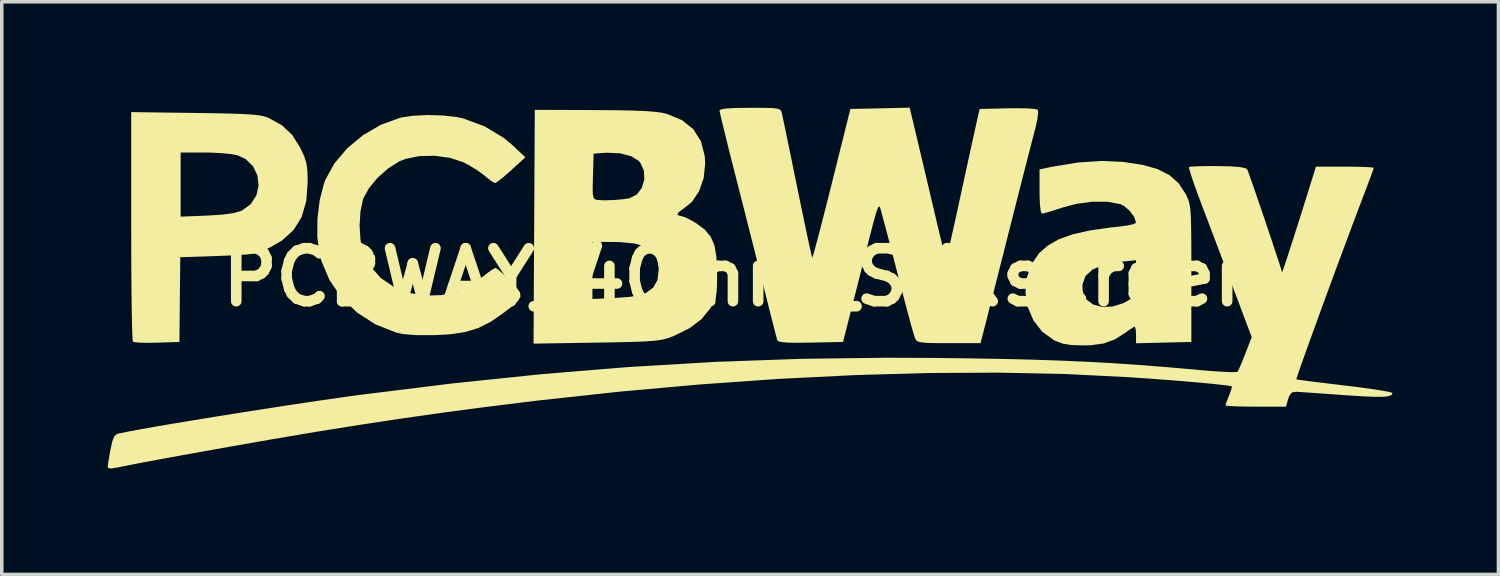
<source format=kicad_pcb>
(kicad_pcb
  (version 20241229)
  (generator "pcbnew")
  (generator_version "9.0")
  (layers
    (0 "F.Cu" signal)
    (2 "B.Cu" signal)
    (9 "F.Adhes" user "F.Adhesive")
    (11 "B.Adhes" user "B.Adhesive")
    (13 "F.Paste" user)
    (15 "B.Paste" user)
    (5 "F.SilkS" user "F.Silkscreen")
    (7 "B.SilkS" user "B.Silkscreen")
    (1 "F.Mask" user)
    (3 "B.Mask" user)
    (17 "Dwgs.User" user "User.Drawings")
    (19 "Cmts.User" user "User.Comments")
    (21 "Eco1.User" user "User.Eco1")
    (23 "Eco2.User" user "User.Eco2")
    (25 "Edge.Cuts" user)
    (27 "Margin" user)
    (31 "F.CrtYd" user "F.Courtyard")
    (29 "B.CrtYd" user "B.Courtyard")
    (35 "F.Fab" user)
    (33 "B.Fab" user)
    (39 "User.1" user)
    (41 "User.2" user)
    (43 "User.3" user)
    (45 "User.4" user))
  (footprint "PCBWAY_40mm_Slikscreen"
    (layer "F.Cu")
    (at 18 4.804)
    (property "Reference" "PCBWAY_40mm_Slikscreen" (at 0 0 0) (layer "F.SilkS") (effects (font (size 1.5 1.5) (thickness 0.3))))
    (attr board_only exclude_from_pos_files exclude_from_bom)
    (fp_poly (pts (xy -15.517 -4.654) (xy -14.96 -4.646) (xy -14.519 -4.636) (xy -14.179 -4.624) (xy -13.922 -4.609) (xy -13.732 -4.59) (xy -13.591 -4.564) (xy -13.484 -4.532) (xy -13.437 -4.513) (xy -13.059 -4.302) (xy -12.775 -4.034) (xy -12.547 -3.673) (xy -12.539 -3.657) (xy -12.432 -3.426) (xy -12.37 -3.228) (xy -12.341 -3.009) (xy -12.333 -2.715) (xy -12.333 -2.691) (xy -12.375 -2.152) (xy -12.505 -1.706) (xy -12.73 -1.341) (xy -13.058 -1.043) (xy -13.379 -0.856) (xy -13.549 -0.774) (xy -13.696 -0.716) (xy -13.848 -0.675) (xy -14.032 -0.647) (xy -14.276 -0.628) (xy -14.608 -0.613) (xy -14.879 -0.603) (xy -15.943 -0.567) (xy -15.955 0.633) (xy -15.967 1.833) (xy -16.602 1.854) (xy -16.881 1.858) (xy -17.109 1.852) (xy -17.253 1.838) (xy -17.285 1.826) (xy -17.295 1.752) (xy -17.304 1.557) (xy -17.312 1.255) (xy -17.319 0.86) (xy -17.325 0.383) (xy -17.329 -0.162) (xy -17.332 -0.762) (xy -17.333 -1.403) (xy -17.333 -1.45) (xy -17.333 -3.533) (xy -15.933 -3.533) (xy -15.933 -2.625) (xy -15.933 -1.717) (xy -15.183 -1.746) (xy -14.745 -1.774) (xy -14.425 -1.819) (xy -14.211 -1.882) (xy -14.197 -1.889) (xy -13.943 -2.074) (xy -13.787 -2.32) (xy -13.725 -2.598) (xy -13.756 -2.88) (xy -13.878 -3.139) (xy -14.087 -3.345) (xy -14.32 -3.455) (xy -14.502 -3.489) (xy -14.772 -3.516) (xy -15.086 -3.531) (xy -15.258 -3.533) (xy -15.933 -3.533) (xy -17.333 -3.533) (xy -17.333 -4.678)) (stroke (width 0) (type solid)) (fill yes) (layer "F.SilkS"))
    (fp_poly (pts (xy -8.506 -4.583) (xy -8.126 -4.541) (xy -7.942 -4.503) (xy -7.324 -4.276) (xy -6.777 -3.947) (xy -6.515 -3.727) (xy -6.167 -3.398) (xy -6.567 -3.033) (xy -6.759 -2.863) (xy -6.917 -2.735) (xy -7.012 -2.67) (xy -7.025 -2.667) (xy -7.105 -2.707) (xy -7.243 -2.81) (xy -7.321 -2.877) (xy -7.522 -3.026) (xy -7.775 -3.18) (xy -7.93 -3.26) (xy -8.309 -3.384) (xy -8.739 -3.441) (xy -9.174 -3.431) (xy -9.567 -3.351) (xy -9.738 -3.283) (xy -10.053 -3.084) (xy -10.351 -2.82) (xy -10.596 -2.526) (xy -10.754 -2.239) (xy -10.764 -2.212) (xy -10.838 -1.868) (xy -10.863 -1.462) (xy -10.837 -1.057) (xy -10.763 -0.72) (xy -10.558 -0.311) (xy -10.261 0.023) (xy -9.89 0.275) (xy -9.466 0.443) (xy -9.009 0.521) (xy -8.538 0.506) (xy -8.073 0.392) (xy -7.633 0.176) (xy -7.435 0.032) (xy -7.247 -0.116) (xy -7.097 -0.223) (xy -7.017 -0.266) (xy -7.015 -0.267) (xy -6.946 -0.222) (xy -6.812 -0.105) (xy -6.638 0.062) (xy -6.599 0.101) (xy -6.418 0.291) (xy -6.318 0.433) (xy -6.305 0.553) (xy -6.383 0.679) (xy -6.559 0.836) (xy -6.784 1.01) (xy -7.15 1.263) (xy -7.502 1.44) (xy -7.878 1.554) (xy -8.316 1.618) (xy -8.733 1.641) (xy -9.246 1.641) (xy -9.631 1.61) (xy -9.821 1.57) (xy -10.411 1.337) (xy -10.932 1.003) (xy -11.371 0.581) (xy -11.714 0.085) (xy -11.948 -0.472) (xy -12 -0.673) (xy -12.061 -1.142) (xy -12.057 -1.665) (xy -11.992 -2.188) (xy -11.872 -2.655) (xy -11.831 -2.764) (xy -11.575 -3.227) (xy -11.211 -3.655) (xy -10.766 -4.025) (xy -10.264 -4.318) (xy -9.73 -4.512) (xy -9.667 -4.528) (xy -9.332 -4.577) (xy -8.926 -4.595)) (stroke (width 0) (type solid)) (fill yes) (layer "F.SilkS"))
    (fp_poly (pts (xy 10.758 -3.268) (xy 11.307 -3.186) (xy 11.744 -3.063) (xy 12.084 -2.89) (xy 12.344 -2.658) (xy 12.539 -2.36) (xy 12.547 -2.345) (xy 12.591 -2.25) (xy 12.626 -2.157) (xy 12.652 -2.049) (xy 12.672 -1.908) (xy 12.685 -1.718) (xy 12.693 -1.463) (xy 12.698 -1.126) (xy 12.7 -0.689) (xy 12.7 -0.137) (xy 12.7 -0.1) (xy 12.7 1.833) (xy 11.917 1.852) (xy 11.133 1.871) (xy 11.133 1.635) (xy 11.124 1.48) (xy 11.101 1.402) (xy 11.096 1.4) (xy 11.024 1.437) (xy 10.89 1.529) (xy 10.842 1.565) (xy 10.535 1.76) (xy 10.214 1.877) (xy 9.833 1.927) (xy 9.619 1.932) (xy 9.297 1.921) (xy 9.058 1.881) (xy 8.85 1.803) (xy 8.808 1.782) (xy 8.474 1.543) (xy 8.226 1.222) (xy 8.067 0.846) (xy 8.001 0.44) (xy 8.019 0.211) (xy 9.614 0.211) (xy 9.625 0.413) (xy 9.725 0.628) (xy 9.916 0.772) (xy 10.171 0.842) (xy 10.465 0.831) (xy 10.771 0.735) (xy 10.909 0.661) (xy 11.023 0.586) (xy 11.09 0.51) (xy 11.122 0.398) (xy 11.132 0.215) (xy 11.133 0.02) (xy 11.133 -0.482) (xy 10.683 -0.436) (xy 10.234 -0.357) (xy 9.906 -0.222) (xy 9.7 -0.033) (xy 9.614 0.211) (xy 8.019 0.211) (xy 8.034 0.029) (xy 8.169 -0.362) (xy 8.387 -0.681) (xy 8.631 -0.897) (xy 8.941 -1.073) (xy 9.332 -1.214) (xy 9.82 -1.325) (xy 10.42 -1.41) (xy 10.65 -1.434) (xy 10.884 -1.465) (xy 11.056 -1.503) (xy 11.132 -1.542) (xy 11.133 -1.546) (xy 11.081 -1.709) (xy 10.95 -1.885) (xy 10.783 -2.025) (xy 10.691 -2.07) (xy 10.33 -2.138) (xy 9.898 -2.14) (xy 9.437 -2.078) (xy 9.049 -1.974) (xy 8.8 -1.893) (xy 8.599 -1.832) (xy 8.48 -1.802) (xy 8.465 -1.8) (xy 8.435 -1.863) (xy 8.413 -2.035) (xy 8.401 -2.293) (xy 8.4 -2.429) (xy 8.4 -3.057) (xy 8.75 -3.129) (xy 9.494 -3.251) (xy 10.164 -3.295)) (stroke (width 0) (type solid)) (fill yes) (layer "F.SilkS"))
    (fp_poly (pts (xy -4.203 -4.736) (xy -3.627 -4.731) (xy -3.168 -4.723) (xy -2.81 -4.71) (xy -2.536 -4.691) (xy -2.329 -4.665) (xy -2.173 -4.632) (xy -2.158 -4.628) (xy -1.728 -4.449) (xy -1.407 -4.191) (xy -1.193 -3.855) (xy -1.086 -3.438) (xy -1.072 -3.227) (xy -1.114 -2.814) (xy -1.243 -2.44) (xy -1.446 -2.136) (xy -1.699 -1.934) (xy -1.832 -1.839) (xy -1.858 -1.766) (xy -1.772 -1.734) (xy -1.756 -1.733) (xy -1.642 -1.699) (xy -1.463 -1.61) (xy -1.314 -1.521) (xy -1.081 -1.346) (xy -0.917 -1.151) (xy -0.813 -0.909) (xy -0.756 -0.594) (xy -0.735 -0.179) (xy -0.735 -0.096) (xy -0.737 0.216) (xy -0.749 0.432) (xy -0.78 0.589) (xy -0.835 0.724) (xy -0.924 0.874) (xy -0.93 0.884) (xy -1.18 1.19) (xy -1.518 1.445) (xy -1.965 1.665) (xy -2.008 1.682) (xy -2.127 1.725) (xy -2.251 1.759) (xy -2.399 1.786) (xy -2.588 1.806) (xy -2.838 1.821) (xy -3.165 1.833) (xy -3.589 1.843) (xy -4.128 1.852) (xy -4.151 1.852) (xy -5.935 1.881) (xy -5.92 -1) (xy -4.267 -1) (xy -4.267 -0.192) (xy -4.267 0.616) (xy -3.617 0.587) (xy -3.189 0.554) (xy -2.887 0.497) (xy -2.752 0.446) (xy -2.54 0.289) (xy -2.424 0.079) (xy -2.389 -0.214) (xy -2.39 -0.254) (xy -2.431 -0.523) (xy -2.552 -0.726) (xy -2.762 -0.868) (xy -3.074 -0.956) (xy -3.497 -0.996) (xy -3.717 -1) (xy -4.267 -1) (xy -5.92 -1) (xy -5.917 -1.431) (xy -5.911 -2.558) (xy -4.26 -2.558) (xy -4.257 -2.369) (xy -4.239 -2.261) (xy -4.202 -2.211) (xy -4.138 -2.191) (xy -4.119 -2.188) (xy -3.928 -2.179) (xy -3.669 -2.187) (xy -3.406 -2.209) (xy -3.219 -2.237) (xy -3.011 -2.342) (xy -2.868 -2.531) (xy -2.797 -2.769) (xy -2.808 -3.019) (xy -2.91 -3.243) (xy -2.958 -3.298) (xy -3.172 -3.43) (xy -3.48 -3.509) (xy -3.851 -3.528) (xy -3.967 -3.522) (xy -4.233 -3.5) (xy -4.252 -2.855) (xy -4.26 -2.558) (xy -5.911 -2.558) (xy -5.9 -4.742)) (stroke (width 0) (type solid)) (fill yes) (layer "F.SilkS"))
    (fp_poly (pts (xy 4.932 -3.919) (xy 5.029 -3.506) (xy 5.144 -3.022) (xy 5.262 -2.523) (xy 5.369 -2.069) (xy 5.377 -2.033) (xy 5.492 -1.547) (xy 5.58 -1.177) (xy 5.646 -0.907) (xy 5.693 -0.723) (xy 5.725 -0.61) (xy 5.746 -0.555) (xy 5.76 -0.541) (xy 5.763 -0.543) (xy 5.783 -0.612) (xy 5.826 -0.794) (xy 5.889 -1.072) (xy 5.969 -1.428) (xy 6.061 -1.846) (xy 6.16 -2.3) (xy 6.265 -2.784) (xy 6.366 -3.245) (xy 6.456 -3.661) (xy 6.533 -4.009) (xy 6.59 -4.267) (xy 6.619 -4.4) (xy 6.703 -4.767) (xy 7.496 -4.786) (xy 7.81 -4.788) (xy 8.076 -4.782) (xy 8.265 -4.767) (xy 8.348 -4.746) (xy 8.361 -4.655) (xy 8.337 -4.468) (xy 8.28 -4.216) (xy 8.274 -4.194) (xy 8.228 -4.017) (xy 8.153 -3.73) (xy 8.055 -3.348) (xy 7.938 -2.89) (xy 7.806 -2.373) (xy 7.665 -1.815) (xy 7.517 -1.234) (xy 7.5 -1.167) (xy 7.356 -0.596) (xy 7.219 -0.058) (xy 7.095 0.432) (xy 6.986 0.859) (xy 6.898 1.207) (xy 6.833 1.46) (xy 6.797 1.603) (xy 6.793 1.617) (xy 6.728 1.867) (xy 5.829 1.867) (xy 5.467 1.866) (xy 5.217 1.86) (xy 5.054 1.847) (xy 4.957 1.823) (xy 4.904 1.784) (xy 4.872 1.726) (xy 4.868 1.717) (xy 4.834 1.61) (xy 4.772 1.395) (xy 4.69 1.092) (xy 4.591 0.723) (xy 4.483 0.306) (xy 4.429 0.1) (xy 4.314 -0.348) (xy 4.203 -0.774) (xy 4.104 -1.155) (xy 4.021 -1.466) (xy 3.963 -1.682) (xy 3.948 -1.733) (xy 3.919 -1.844) (xy 3.896 -1.933) (xy 3.875 -1.991) (xy 3.852 -2.007) (xy 3.823 -1.969) (xy 3.784 -1.869) (xy 3.732 -1.694) (xy 3.663 -1.435) (xy 3.572 -1.081) (xy 3.455 -0.621) (xy 3.31 -0.044) (xy 3.282 0.067) (xy 2.833 1.833) (xy 1.915 1.852) (xy 1.525 1.857) (xy 1.252 1.852) (xy 1.079 1.836) (xy 0.99 1.809) (xy 0.97 1.785) (xy 0.945 1.695) (xy 0.894 1.498) (xy 0.823 1.219) (xy 0.737 0.879) (xy 0.667 0.6) (xy 0.579 0.246) (xy 0.464 -0.208) (xy 0.33 -0.735) (xy 0.185 -1.307) (xy 0.036 -1.895) (xy -0.111 -2.471) (xy -0.137 -2.572) (xy -0.266 -3.079) (xy -0.384 -3.546) (xy -0.486 -3.957) (xy -0.569 -4.295) (xy -0.629 -4.546) (xy -0.662 -4.692) (xy -0.667 -4.722) (xy -0.619 -4.757) (xy -0.47 -4.781) (xy -0.209 -4.795) (xy 0.175 -4.8) (xy 0.199 -4.8) (xy 0.552 -4.799) (xy 0.795 -4.794) (xy 0.948 -4.78) (xy 1.035 -4.755) (xy 1.078 -4.715) (xy 1.098 -4.655) (xy 1.099 -4.65) (xy 1.121 -4.548) (xy 1.166 -4.334) (xy 1.231 -4.024) (xy 1.311 -3.636) (xy 1.403 -3.188) (xy 1.503 -2.698) (xy 1.536 -2.537) (xy 1.637 -2.044) (xy 1.731 -1.595) (xy 1.813 -1.206) (xy 1.88 -0.894) (xy 1.929 -0.673) (xy 1.956 -0.562) (xy 1.96 -0.551) (xy 1.981 -0.608) (xy 2.03 -0.779) (xy 2.103 -1.05) (xy 2.196 -1.405) (xy 2.305 -1.83) (xy 2.427 -2.31) (xy 2.512 -2.648) (xy 3.041 -4.767) (xy 3.881 -4.785) (xy 4.721 -4.804)) (stroke (width 0) (type solid)) (fill yes) (layer "F.SilkS"))
    (fp_poly (pts (xy 13.451 -3.149) (xy 13.823 -3.14) (xy 14.076 -3.121) (xy 14.225 -3.092) (xy 14.283 -3.054) (xy 14.316 -2.972) (xy 14.382 -2.786) (xy 14.475 -2.52) (xy 14.587 -2.196) (xy 14.711 -1.834) (xy 14.838 -1.459) (xy 14.961 -1.092) (xy 15.073 -0.755) (xy 15.167 -0.471) (xy 15.234 -0.262) (xy 15.267 -0.15) (xy 15.269 -0.139) (xy 15.289 -0.186) (xy 15.344 -0.344) (xy 15.429 -0.601) (xy 15.539 -0.939) (xy 15.669 -1.346) (xy 15.815 -1.805) (xy 15.971 -2.302) (xy 16.048 -2.55) (xy 16.23 -3.133) (xy 17.049 -3.133) (xy 17.361 -3.131) (xy 17.619 -3.124) (xy 17.796 -3.113) (xy 17.866 -3.101) (xy 17.867 -3.1) (xy 17.844 -3.027) (xy 17.784 -2.859) (xy 17.697 -2.625) (xy 17.643 -2.483) (xy 17.499 -2.106) (xy 17.334 -1.67) (xy 17.154 -1.188) (xy 16.963 -0.675) (xy 16.767 -0.147) (xy 16.572 0.383) (xy 16.383 0.898) (xy 16.206 1.385) (xy 16.045 1.829) (xy 15.907 2.214) (xy 15.796 2.526) (xy 15.718 2.751) (xy 15.678 2.873) (xy 15.675 2.891) (xy 15.746 2.904) (xy 15.929 2.93) (xy 16.204 2.966) (xy 16.552 3.008) (xy 16.951 3.056) (xy 17.05 3.068) (xy 17.457 3.118) (xy 17.814 3.167) (xy 18.103 3.212) (xy 18.304 3.249) (xy 18.396 3.277) (xy 18.4 3.281) (xy 18.376 3.333) (xy 18.294 3.368) (xy 18.14 3.386) (xy 17.9 3.388) (xy 17.559 3.374) (xy 17.102 3.345) (xy 17.006 3.338) (xy 16.613 3.31) (xy 16.257 3.285) (xy 15.963 3.264) (xy 15.756 3.25) (xy 15.67 3.244) (xy 15.546 3.264) (xy 15.471 3.368) (xy 15.443 3.45) (xy 15.381 3.667) (xy 14.524 3.667) (xy 14.203 3.664) (xy 13.937 3.657) (xy 13.751 3.646) (xy 13.668 3.634) (xy 13.667 3.631) (xy 13.69 3.552) (xy 13.748 3.401) (xy 13.768 3.354) (xy 13.827 3.197) (xy 13.851 3.103) (xy 13.849 3.094) (xy 13.771 3.075) (xy 13.576 3.05) (xy 13.28 3.018) (xy 12.9 2.982) (xy 12.452 2.944) (xy 11.951 2.904) (xy 11.415 2.865) (xy 10.933 2.832) (xy 9.142 2.742) (xy 7.239 2.703) (xy 5.238 2.713) (xy 3.151 2.773) (xy 0.991 2.881) (xy -1.231 3.038) (xy -3.502 3.242) (xy -5.809 3.493) (xy -6.167 3.536) (xy -7.394 3.689) (xy -8.567 3.845) (xy -9.718 4.009) (xy -10.879 4.185) (xy -12.08 4.377) (xy -13.352 4.592) (xy -14.533 4.799) (xy -15.262 4.929) (xy -15.922 5.048) (xy -16.501 5.154) (xy -16.989 5.245) (xy -17.374 5.319) (xy -17.644 5.373) (xy -17.721 5.39) (xy -17.919 5.42) (xy -17.998 5.394) (xy -18 5.384) (xy -17.989 5.287) (xy -17.959 5.1) (xy -17.921 4.889) (xy -17.868 4.646) (xy -17.812 4.507) (xy -17.738 4.442) (xy -17.705 4.431) (xy -17.469 4.382) (xy -17.119 4.316) (xy -16.671 4.237) (xy -16.144 4.147) (xy -15.555 4.049) (xy -14.92 3.946) (xy -14.259 3.84) (xy -13.587 3.735) (xy -12.923 3.632) (xy -12.284 3.536) (xy -11.687 3.449) (xy -11.15 3.373) (xy -10.867 3.334) (xy -8.231 3.008) (xy -5.686 2.744) (xy -3.207 2.541) (xy -0.767 2.397) (xy 1.659 2.311) (xy 4.097 2.28) (xy 5.423 2.286) (xy 6.474 2.299) (xy 7.415 2.316) (xy 8.267 2.337) (xy 9.054 2.364) (xy 9.797 2.397) (xy 10.519 2.437) (xy 11.243 2.487) (xy 11.991 2.546) (xy 12.786 2.615) (xy 12.933 2.629) (xy 13.291 2.659) (xy 13.6 2.679) (xy 13.837 2.689) (xy 13.979 2.686) (xy 14.008 2.679) (xy 14.05 2.598) (xy 14.124 2.427) (xy 14.215 2.201) (xy 14.229 2.165) (xy 14.41 1.696) (xy 13.909 0.365) (xy 13.725 -0.123) (xy 13.524 -0.654) (xy 13.323 -1.185) (xy 13.138 -1.673) (xy 13.003 -2.027) (xy 12.872 -2.377) (xy 12.763 -2.683) (xy 12.683 -2.923) (xy 12.638 -3.076) (xy 12.633 -3.122) (xy 12.71 -3.135) (xy 12.892 -3.144) (xy 13.152 -3.149)) (stroke (width 0) (type solid)) (fill yes) (layer "F.SilkS")))
  (gr_rect
    (start -3 -3)
    (end 39.4 13.224)
    (stroke (width 0.1) (type default))
    (fill no)
    (layer "Edge.Cuts")))
</source>
